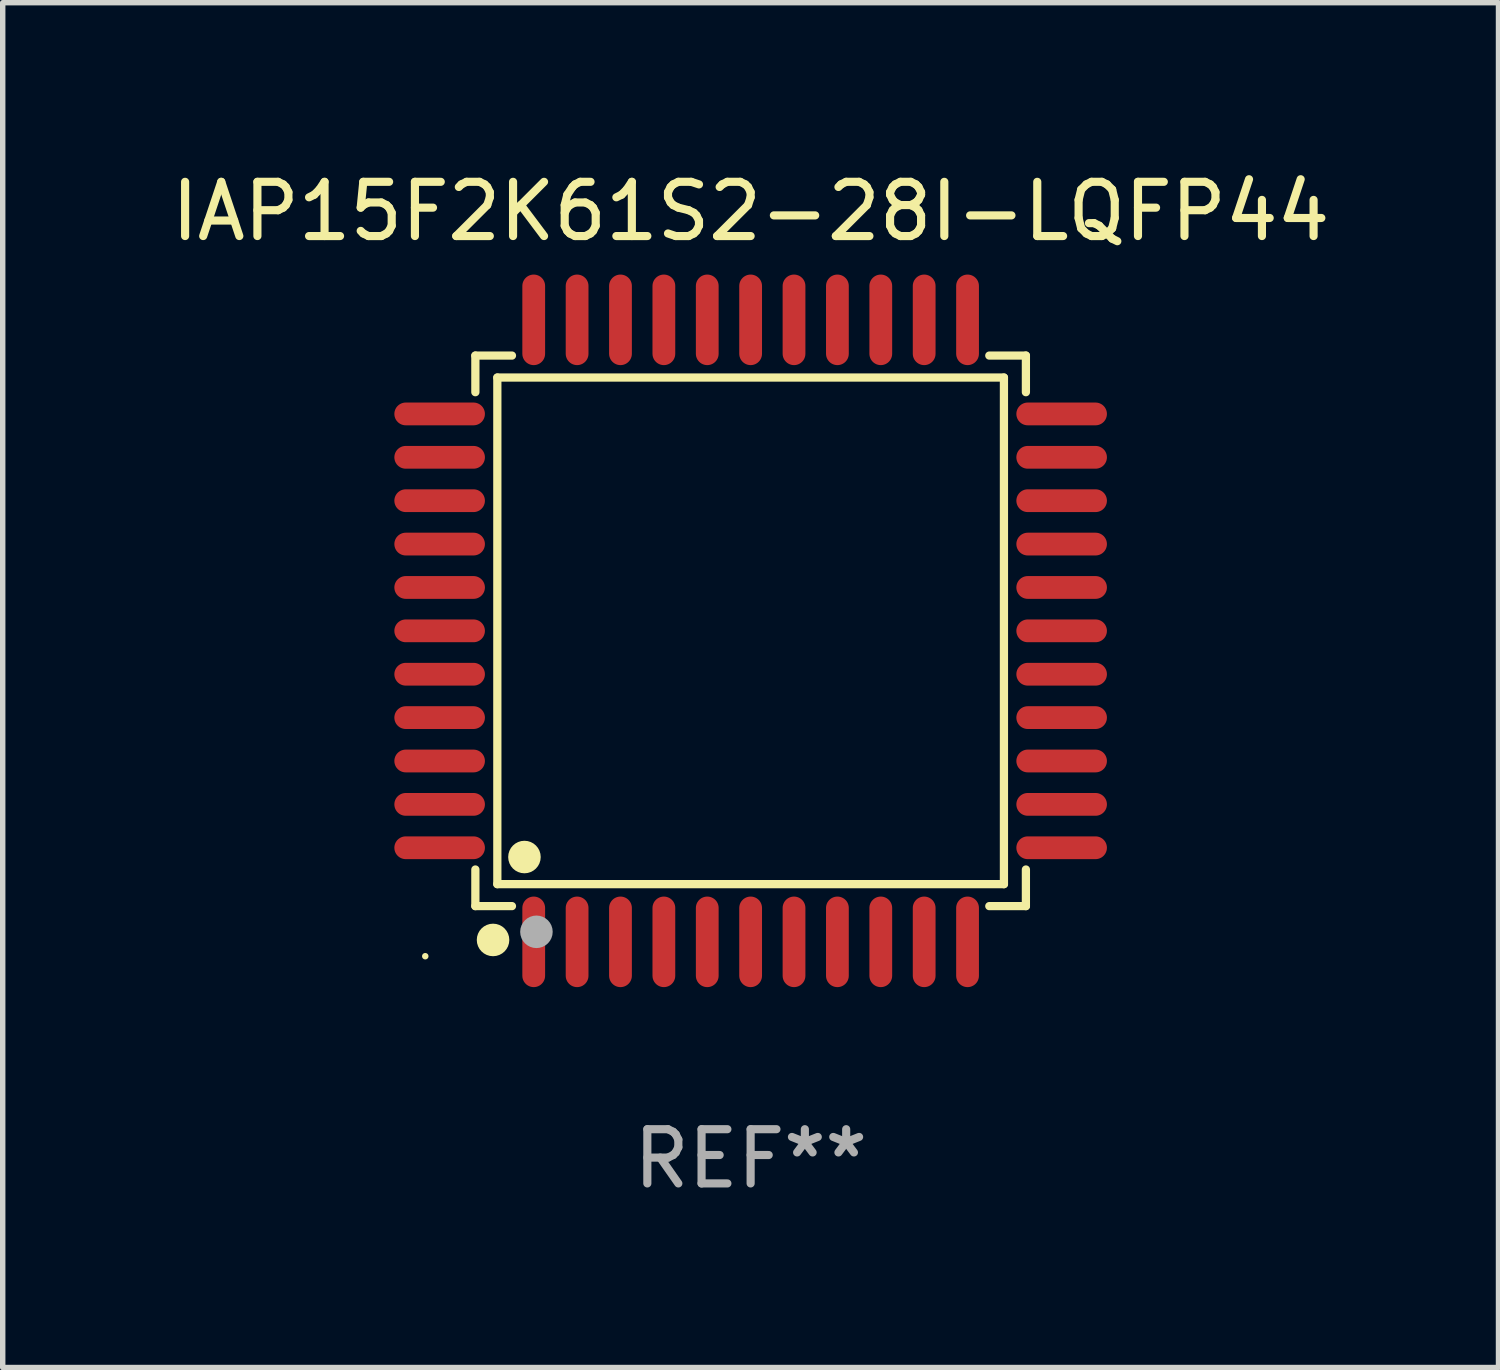
<source format=kicad_pcb>
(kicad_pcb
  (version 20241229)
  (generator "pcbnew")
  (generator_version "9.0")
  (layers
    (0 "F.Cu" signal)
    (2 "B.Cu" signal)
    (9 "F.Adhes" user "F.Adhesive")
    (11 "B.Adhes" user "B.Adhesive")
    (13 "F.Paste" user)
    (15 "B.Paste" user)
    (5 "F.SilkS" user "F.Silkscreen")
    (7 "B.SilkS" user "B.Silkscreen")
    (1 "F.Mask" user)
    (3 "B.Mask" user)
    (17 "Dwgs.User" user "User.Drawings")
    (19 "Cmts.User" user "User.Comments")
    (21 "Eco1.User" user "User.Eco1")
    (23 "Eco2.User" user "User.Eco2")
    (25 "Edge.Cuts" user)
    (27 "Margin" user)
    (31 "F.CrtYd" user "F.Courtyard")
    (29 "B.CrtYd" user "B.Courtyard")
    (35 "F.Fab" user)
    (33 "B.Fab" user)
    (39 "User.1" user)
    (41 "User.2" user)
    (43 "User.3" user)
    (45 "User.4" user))
  (footprint "IAP15F2K61S2-28I-LQFP44"
    (layer "F.Cu")
    (at 10.792 8.583)
    (property "Reference" "IAP15F2K61S2-28I-LQFP44" (at 0 -7.735 0) (layer "F.SilkS") (effects (font (size 1 1) (thickness 0.15))))
    (attr through_hole)
    (fp_line (start -5.076 -5.076) (end -4.401 -5.076) (stroke (width 0.152) (type solid)) (layer "F.SilkS"))
    (fp_line (start -5.076 -4.401) (end -5.076 -5.076) (stroke (width 0.152) (type solid)) (layer "F.SilkS"))
    (fp_line (start -5.076 4.401) (end -5.076 5.076) (stroke (width 0.152) (type solid)) (layer "F.SilkS"))
    (fp_line (start -5.076 5.076) (end -4.401 5.076) (stroke (width 0.152) (type solid)) (layer "F.SilkS"))
    (fp_line (start -4.671 -4.671) (end 4.671 -4.671) (stroke (width 0.152) (type solid)) (layer "F.SilkS"))
    (fp_line (start -4.671 4.671) (end -4.671 -4.671) (stroke (width 0.152) (type solid)) (layer "F.SilkS"))
    (fp_line (start 4.671 -4.671) (end 4.671 4.671) (stroke (width 0.152) (type solid)) (layer "F.SilkS"))
    (fp_line (start 4.671 4.671) (end -4.671 4.671) (stroke (width 0.152) (type solid)) (layer "F.SilkS"))
    (fp_line (start 5.076 -5.076) (end 4.401 -5.076) (stroke (width 0.152) (type solid)) (layer "F.SilkS"))
    (fp_line (start 5.076 -4.401) (end 5.076 -5.076) (stroke (width 0.152) (type solid)) (layer "F.SilkS"))
    (fp_line (start 5.076 4.401) (end 5.076 5.076) (stroke (width 0.152) (type solid)) (layer "F.SilkS"))
    (fp_line (start 5.076 5.076) (end 4.401 5.076) (stroke (width 0.152) (type solid)) (layer "F.SilkS"))
    (fp_circle (center -6 6) (end -5.97 6) (stroke (width 0.06) (type solid)) (fill no) (layer "F.SilkS"))
    (fp_circle (center -4.75 5.7) (end -4.6 5.7) (stroke (width 0.3) (type solid)) (fill no) (layer "F.SilkS"))
    (fp_circle (center -4.171 4.171) (end -4.021 4.171) (stroke (width 0.3) (type solid)) (fill no) (layer "F.SilkS"))
    (fp_circle (center -3.95 5.55) (end -3.8 5.55) (stroke (width 0.3) (type solid)) (fill no) (layer "F.Fab"))
    (fp_text user "REF**" (at 0 9.735 0) (layer "F.Fab") (effects (font (size 1 1) (thickness 0.15))))
    (pad "1" smd oval (at -4 5.735) (size 0.42 1.67) (layers "F.Cu" "F.Mask" "F.Paste"))
    (pad "2" smd oval (at -3.2 5.735) (size 0.42 1.67) (layers "F.Cu" "F.Mask" "F.Paste"))
    (pad "3" smd oval (at -2.4 5.735) (size 0.42 1.67) (layers "F.Cu" "F.Mask" "F.Paste"))
    (pad "4" smd oval (at -1.6 5.735) (size 0.42 1.67) (layers "F.Cu" "F.Mask" "F.Paste"))
    (pad "5" smd oval (at -0.8 5.735) (size 0.42 1.67) (layers "F.Cu" "F.Mask" "F.Paste"))
    (pad "6" smd oval (at 0 5.735) (size 0.42 1.67) (layers "F.Cu" "F.Mask" "F.Paste"))
    (pad "7" smd oval (at 0.8 5.735) (size 0.42 1.67) (layers "F.Cu" "F.Mask" "F.Paste"))
    (pad "8" smd oval (at 1.6 5.735) (size 0.42 1.67) (layers "F.Cu" "F.Mask" "F.Paste"))
    (pad "9" smd oval (at 2.4 5.735) (size 0.42 1.67) (layers "F.Cu" "F.Mask" "F.Paste"))
    (pad "10" smd oval (at 3.2 5.735) (size 0.42 1.67) (layers "F.Cu" "F.Mask" "F.Paste"))
    (pad "11" smd oval (at 4 5.735) (size 0.42 1.67) (layers "F.Cu" "F.Mask" "F.Paste"))
    (pad "12" smd oval (at 5.735 4) (size 1.67 0.42) (layers "F.Cu" "F.Mask" "F.Paste"))
    (pad "13" smd oval (at 5.735 3.2) (size 1.67 0.42) (layers "F.Cu" "F.Mask" "F.Paste"))
    (pad "14" smd oval (at 5.735 2.4) (size 1.67 0.42) (layers "F.Cu" "F.Mask" "F.Paste"))
    (pad "15" smd oval (at 5.735 1.6) (size 1.67 0.42) (layers "F.Cu" "F.Mask" "F.Paste"))
    (pad "16" smd oval (at 5.735 0.8) (size 1.67 0.42) (layers "F.Cu" "F.Mask" "F.Paste"))
    (pad "17" smd oval (at 5.735 0) (size 1.67 0.42) (layers "F.Cu" "F.Mask" "F.Paste"))
    (pad "18" smd oval (at 5.735 -0.8) (size 1.67 0.42) (layers "F.Cu" "F.Mask" "F.Paste"))
    (pad "19" smd oval (at 5.735 -1.6) (size 1.67 0.42) (layers "F.Cu" "F.Mask" "F.Paste"))
    (pad "20" smd oval (at 5.735 -2.4) (size 1.67 0.42) (layers "F.Cu" "F.Mask" "F.Paste"))
    (pad "21" smd oval (at 5.735 -3.2) (size 1.67 0.42) (layers "F.Cu" "F.Mask" "F.Paste"))
    (pad "22" smd oval (at 5.735 -4) (size 1.67 0.42) (layers "F.Cu" "F.Mask" "F.Paste"))
    (pad "23" smd oval (at 4 -5.735) (size 0.42 1.67) (layers "F.Cu" "F.Mask" "F.Paste"))
    (pad "24" smd oval (at 3.2 -5.735) (size 0.42 1.67) (layers "F.Cu" "F.Mask" "F.Paste"))
    (pad "25" smd oval (at 2.4 -5.735) (size 0.42 1.67) (layers "F.Cu" "F.Mask" "F.Paste"))
    (pad "26" smd oval (at 1.6 -5.735) (size 0.42 1.67) (layers "F.Cu" "F.Mask" "F.Paste"))
    (pad "27" smd oval (at 0.8 -5.735) (size 0.42 1.67) (layers "F.Cu" "F.Mask" "F.Paste"))
    (pad "28" smd oval (at 0 -5.735) (size 0.42 1.67) (layers "F.Cu" "F.Mask" "F.Paste"))
    (pad "29" smd oval (at -0.8 -5.735) (size 0.42 1.67) (layers "F.Cu" "F.Mask" "F.Paste"))
    (pad "30" smd oval (at -1.6 -5.735) (size 0.42 1.67) (layers "F.Cu" "F.Mask" "F.Paste"))
    (pad "31" smd oval (at -2.4 -5.735) (size 0.42 1.67) (layers "F.Cu" "F.Mask" "F.Paste"))
    (pad "32" smd oval (at -3.2 -5.735) (size 0.42 1.67) (layers "F.Cu" "F.Mask" "F.Paste"))
    (pad "33" smd oval (at -4 -5.735) (size 0.42 1.67) (layers "F.Cu" "F.Mask" "F.Paste"))
    (pad "34" smd oval (at -5.735 -4) (size 1.67 0.42) (layers "F.Cu" "F.Mask" "F.Paste"))
    (pad "35" smd oval (at -5.735 -3.2) (size 1.67 0.42) (layers "F.Cu" "F.Mask" "F.Paste"))
    (pad "36" smd oval (at -5.735 -2.4) (size 1.67 0.42) (layers "F.Cu" "F.Mask" "F.Paste"))
    (pad "37" smd oval (at -5.735 -1.6) (size 1.67 0.42) (layers "F.Cu" "F.Mask" "F.Paste"))
    (pad "38" smd oval (at -5.735 -0.8) (size 1.67 0.42) (layers "F.Cu" "F.Mask" "F.Paste"))
    (pad "39" smd oval (at -5.735 0) (size 1.67 0.42) (layers "F.Cu" "F.Mask" "F.Paste"))
    (pad "40" smd oval (at -5.735 0.8) (size 1.67 0.42) (layers "F.Cu" "F.Mask" "F.Paste"))
    (pad "41" smd oval (at -5.735 1.6) (size 1.67 0.42) (layers "F.Cu" "F.Mask" "F.Paste"))
    (pad "42" smd oval (at -5.735 2.4) (size 1.67 0.42) (layers "F.Cu" "F.Mask" "F.Paste"))
    (pad "43" smd oval (at -5.735 3.2) (size 1.67 0.42) (layers "F.Cu" "F.Mask" "F.Paste"))
    (pad "44" smd oval (at -5.735 4) (size 1.67 0.42) (layers "F.Cu" "F.Mask" "F.Paste")))
  (gr_rect
    (start -3 -3)
    (end 24.583 22.167)
    (stroke (width 0.1) (type default))
    (fill no)
    (layer "Edge.Cuts")))
</source>
